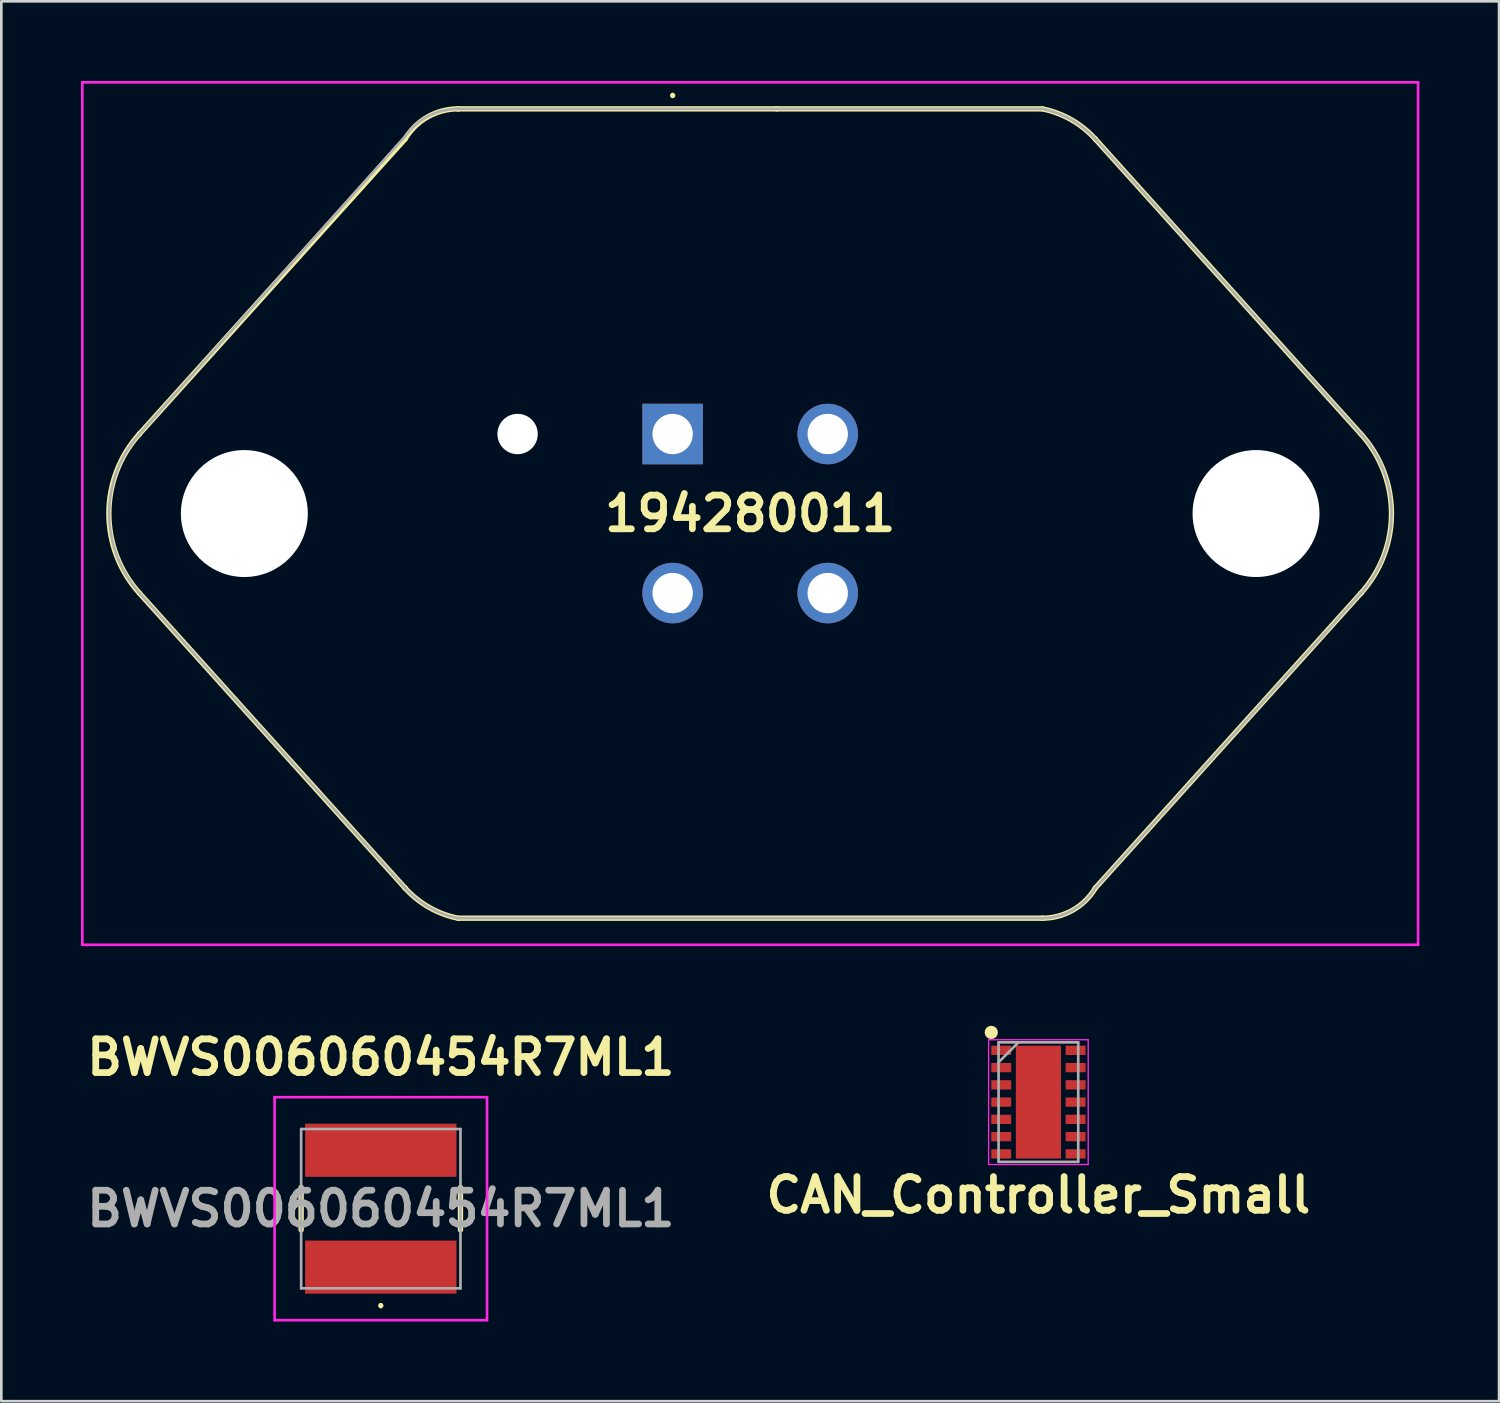
<source format=kicad_pcb>
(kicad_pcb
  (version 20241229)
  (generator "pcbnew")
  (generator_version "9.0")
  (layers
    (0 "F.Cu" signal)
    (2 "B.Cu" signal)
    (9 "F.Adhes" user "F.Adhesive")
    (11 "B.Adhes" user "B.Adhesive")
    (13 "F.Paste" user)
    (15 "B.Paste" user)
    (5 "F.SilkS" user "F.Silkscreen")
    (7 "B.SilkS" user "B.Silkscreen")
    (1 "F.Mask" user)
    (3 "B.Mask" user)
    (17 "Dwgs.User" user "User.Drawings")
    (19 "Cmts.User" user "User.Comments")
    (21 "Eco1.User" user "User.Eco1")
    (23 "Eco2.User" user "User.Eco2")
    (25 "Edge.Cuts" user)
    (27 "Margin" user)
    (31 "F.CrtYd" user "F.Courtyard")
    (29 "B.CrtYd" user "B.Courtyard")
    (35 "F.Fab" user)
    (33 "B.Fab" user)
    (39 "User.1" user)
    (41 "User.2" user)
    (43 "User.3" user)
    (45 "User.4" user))
  (footprint "CAN_Controller_Small"
    (layer "F.Cu")
    (at 36.056 38.455)
    (property "Reference" "CAN_Controller_Small" (at 0 3.5 0) (layer "F.SilkS") (effects (font (size 1.27 1.27) (thickness 0.254))))
    (attr smd)
    (fp_circle (center -1.775 -2.625) (end -1.775 -2.5) (stroke (width 0.25) (type solid)) (fill no) (layer "F.SilkS"))
    (fp_line (start -1.875 -2.35) (end 1.875 -2.35) (stroke (width 0.05) (type solid)) (layer "F.CrtYd"))
    (fp_line (start -1.875 2.35) (end -1.875 -2.35) (stroke (width 0.05) (type solid)) (layer "F.CrtYd"))
    (fp_line (start 1.875 -2.35) (end 1.875 2.35) (stroke (width 0.05) (type solid)) (layer "F.CrtYd"))
    (fp_line (start 1.875 2.35) (end -1.875 2.35) (stroke (width 0.05) (type solid)) (layer "F.CrtYd"))
    (fp_line (start -1.5 -2.25) (end 1.5 -2.25) (stroke (width 0.1) (type solid)) (layer "F.Fab"))
    (fp_line (start -1.5 -1.5) (end -0.75 -2.25) (stroke (width 0.1) (type solid)) (layer "F.Fab"))
    (fp_line (start -1.5 2.25) (end -1.5 -2.25) (stroke (width 0.1) (type solid)) (layer "F.Fab"))
    (fp_line (start 1.5 -2.25) (end 1.5 2.25) (stroke (width 0.1) (type solid)) (layer "F.Fab"))
    (fp_line (start 1.5 2.25) (end -1.5 2.25) (stroke (width 0.1) (type solid)) (layer "F.Fab"))
    (pad "1" smd rect (at -1.4 -1.95 90) (size 0.35 0.75) (layers "F.Cu" "F.Mask" "F.Paste"))
    (pad "2" smd rect (at -1.4 -1.3 90) (size 0.35 0.75) (layers "F.Cu" "F.Mask" "F.Paste"))
    (pad "3" smd rect (at -1.4 -0.65 90) (size 0.35 0.75) (layers "F.Cu" "F.Mask" "F.Paste"))
    (pad "4" smd rect (at -1.4 0 90) (size 0.35 0.75) (layers "F.Cu" "F.Mask" "F.Paste"))
    (pad "5" smd rect (at -1.4 0.65 90) (size 0.35 0.75) (layers "F.Cu" "F.Mask" "F.Paste"))
    (pad "6" smd rect (at -1.4 1.3 90) (size 0.35 0.75) (layers "F.Cu" "F.Mask" "F.Paste"))
    (pad "7" smd rect (at -1.4 1.95 90) (size 0.35 0.75) (layers "F.Cu" "F.Mask" "F.Paste"))
    (pad "8" smd rect (at 1.4 1.95 90) (size 0.35 0.75) (layers "F.Cu" "F.Mask" "F.Paste"))
    (pad "9" smd rect (at 1.4 1.3 90) (size 0.35 0.75) (layers "F.Cu" "F.Mask" "F.Paste"))
    (pad "10" smd rect (at 1.4 0.65 90) (size 0.35 0.75) (layers "F.Cu" "F.Mask" "F.Paste"))
    (pad "11" smd rect (at 1.4 0 90) (size 0.35 0.75) (layers "F.Cu" "F.Mask" "F.Paste"))
    (pad "12" smd rect (at 1.4 -0.65 90) (size 0.35 0.75) (layers "F.Cu" "F.Mask" "F.Paste"))
    (pad "13" smd rect (at 1.4 -1.3 90) (size 0.35 0.75) (layers "F.Cu" "F.Mask" "F.Paste"))
    (pad "14" smd rect (at 1.4 -1.95 90) (size 0.35 0.75) (layers "F.Cu" "F.Mask" "F.Paste"))
    (pad "15" smd rect (at 0 0) (size 1.7 4.25) (layers "F.Cu" "F.Mask" "F.Paste")))
  (footprint "194280011"
    (layer "F.Cu")
    (at 22.282 13.295)
    (property "Reference" "194280011" (at 2.92 2.995 0) (layer "F.SilkS") (effects (font (size 1.27 1.27) (thickness 0.254))))
    (attr through_hole)
    (fp_line (start -20.08 -0.005) (end -20.08 -0.005) (stroke (width 0.2) (type solid)) (layer "F.SilkS"))
    (fp_line (start -20.08 5.995) (end -10.08 17.095) (stroke (width 0.2) (type solid)) (layer "F.SilkS"))
    (fp_line (start -10.08 -11.105) (end -20.08 -0.005) (stroke (width 0.2) (type solid)) (layer "F.SilkS"))
    (fp_line (start -10.08 17.095) (end -10.08 17.095) (stroke (width 0.2) (type solid)) (layer "F.SilkS"))
    (fp_line (start -8.08 -12.245) (end -8.08 -12.245) (stroke (width 0.2) (type solid)) (layer "F.SilkS"))
    (fp_line (start -8.08 18.235) (end 13.92 18.235) (stroke (width 0.2) (type solid)) (layer "F.SilkS"))
    (fp_line (start 0 -12.8) (end 0 -12.8) (stroke (width 0.1) (type solid)) (layer "F.SilkS"))
    (fp_line (start 0 -12.7) (end 0 -12.7) (stroke (width 0.1) (type solid)) (layer "F.SilkS"))
    (fp_line (start 3.92 -12.245) (end -8.08 -12.245) (stroke (width 0.2) (type solid)) (layer "F.SilkS"))
    (fp_line (start 13.92 -12.245) (end 3.92 -12.245) (stroke (width 0.2) (type solid)) (layer "F.SilkS"))
    (fp_line (start 13.92 18.235) (end 13.92 18.235) (stroke (width 0.2) (type solid)) (layer "F.SilkS"))
    (fp_line (start 15.92 -11.105) (end 15.92 -11.105) (stroke (width 0.2) (type solid)) (layer "F.SilkS"))
    (fp_line (start 15.92 17.095) (end 25.92 5.995) (stroke (width 0.2) (type solid)) (layer "F.SilkS"))
    (fp_line (start 25.92 0) (end 15.92 -11.105) (stroke (width 0.2) (type solid)) (layer "F.SilkS"))
    (fp_line (start 25.92 5.995) (end 25.92 5.995) (stroke (width 0.2) (type solid)) (layer "F.SilkS"))
    (fp_arc (start -20.081645 5.993173) (mid -21.232064 2.993771) (end -20.08 -0.005) (stroke (width 0.2) (type solid)) (layer "F.SilkS"))
    (fp_arc (start -10.080795 -11.103767) (mid -9.231694 -11.939634) (end -8.08 -12.245) (stroke (width 0.2) (type solid)) (layer "F.SilkS"))
    (fp_arc (start -8.080136 18.235031) (mid -9.17188 17.826074) (end -10.08 17.095) (stroke (width 0.2) (type solid)) (layer "F.SilkS"))
    (fp_arc (start 0 -12.8) (mid 0.05 -12.75) (end 0 -12.7) (stroke (width 0.1) (type solid)) (layer "F.SilkS"))
    (fp_arc (start 0 -12.7) (mid -0.05 -12.75) (end 0 -12.8) (stroke (width 0.1) (type solid)) (layer "F.SilkS"))
    (fp_arc (start 13.921922 -12.24463) (mid 15.012741 -11.83573) (end 15.92 -11.105) (stroke (width 0.2) (type solid)) (layer "F.SilkS"))
    (fp_arc (start 15.920795 17.093767) (mid 15.071694 17.929634) (end 13.92 18.235) (stroke (width 0.2) (type solid)) (layer "F.SilkS"))
    (fp_arc (start 25.921398 0.001552) (mid 27.071034 2.998544) (end 25.92 5.995) (stroke (width 0.2) (type solid)) (layer "F.SilkS"))
    (fp_line (start -22.232 -13.245) (end 28.072 -13.245) (stroke (width 0.1) (type solid)) (layer "F.CrtYd"))
    (fp_line (start -22.232 19.235) (end -22.232 -13.245) (stroke (width 0.1) (type solid)) (layer "F.CrtYd"))
    (fp_line (start 28.072 -13.245) (end 28.072 19.235) (stroke (width 0.1) (type solid)) (layer "F.CrtYd"))
    (fp_line (start 28.072 19.235) (end -22.232 19.235) (stroke (width 0.1) (type solid)) (layer "F.CrtYd"))
    (fp_line (start -20.08 0) (end -20.08 0) (stroke (width 0.1) (type solid)) (layer "F.Fab"))
    (fp_line (start -20.08 5.99) (end -10.08 17.095) (stroke (width 0.1) (type solid)) (layer "F.Fab"))
    (fp_line (start -10.08 -11.205) (end -20.08 0) (stroke (width 0.1) (type solid)) (layer "F.Fab"))
    (fp_line (start -10.08 17.095) (end -10.08 17.095) (stroke (width 0.1) (type solid)) (layer "F.Fab"))
    (fp_line (start -8.08 -12.245) (end -8.08 -12.245) (stroke (width 0.1) (type solid)) (layer "F.Fab"))
    (fp_line (start -8.08 18.235) (end 13.92 18.235) (stroke (width 0.1) (type solid)) (layer "F.Fab"))
    (fp_line (start 3.92 -12.245) (end -8.08 -12.245) (stroke (width 0.1) (type solid)) (layer "F.Fab"))
    (fp_line (start 13.92 -12.245) (end 3.92 -12.245) (stroke (width 0.1) (type solid)) (layer "F.Fab"))
    (fp_line (start 13.92 18.235) (end 13.92 18.235) (stroke (width 0.1) (type solid)) (layer "F.Fab"))
    (fp_line (start 15.92 -11.105) (end 15.92 -11.105) (stroke (width 0.1) (type solid)) (layer "F.Fab"))
    (fp_line (start 15.92 17.095) (end 25.92 5.995) (stroke (width 0.1) (type solid)) (layer "F.Fab"))
    (fp_line (start 25.92 -0.005) (end 15.92 -11.105) (stroke (width 0.1) (type solid)) (layer "F.Fab"))
    (fp_line (start 25.92 5.995) (end 25.92 5.995) (stroke (width 0.1) (type solid)) (layer "F.Fab"))
    (fp_arc (start -20.079658 5.990384) (mid -21.222085 2.995257) (end -20.08 0) (stroke (width 0.1) (type solid)) (layer "F.Fab"))
    (fp_arc (start -10.07874 -11.206738) (mid -9.206161 -11.969951) (end -8.08 -12.245) (stroke (width 0.1) (type solid)) (layer "F.Fab"))
    (fp_arc (start -8.081922 18.23463) (mid -9.172741 17.82573) (end -10.08 17.095) (stroke (width 0.1) (type solid)) (layer "F.Fab"))
    (fp_arc (start 13.920136 -12.245031) (mid 15.01188 -11.836074) (end 15.92 -11.105) (stroke (width 0.1) (type solid)) (layer "F.Fab"))
    (fp_arc (start 15.920795 17.093767) (mid 15.071694 17.929634) (end 13.92 18.235) (stroke (width 0.1) (type solid)) (layer "F.Fab"))
    (fp_arc (start 25.921645 -0.003173) (mid 27.072064 2.996229) (end 25.92 5.995) (stroke (width 0.1) (type solid)) (layer "F.Fab"))
    (pad "" np_thru_hole circle (at -16.13 2.995) (size 4.78 4.78) (drill 4.78) (layers "*.Cu" "*.Mask"))
    (pad "" np_thru_hole circle (at -5.84 0) (size 1.52 1.52) (drill 1.52) (layers "*.Cu" "*.Mask"))
    (pad "" np_thru_hole circle (at 21.97 2.995) (size 4.78 4.78) (drill 4.78) (layers "*.Cu" "*.Mask"))
    (pad "1" thru_hole rect (at 0 0) (size 2.28 2.28) (drill 1.52) (layers "*.Cu" "*.Mask"))
    (pad "2" thru_hole circle (at 5.84 0) (size 2.28 2.28) (drill 1.52) (layers "*.Cu" "*.Mask"))
    (pad "3" thru_hole circle (at 0 5.99) (size 2.28 2.28) (drill 1.52) (layers "*.Cu" "*.Mask"))
    (pad "4" thru_hole circle (at 5.84 5.99) (size 2.28 2.28) (drill 1.52) (layers "*.Cu" "*.Mask")))
  (footprint "BWVS006060454R7ML1"
    (layer "F.Cu")
    (at 11.291 42.469)
    (property "Reference" "BWVS006060454R7ML1" (at 0 -5.7 0) (layer "F.SilkS") (effects (font (size 1.27 1.27) (thickness 0.254))))
    (attr smd)
    (fp_line (start -3 -0.8) (end -3 0.8) (stroke (width 0.2) (type solid)) (layer "F.SilkS"))
    (fp_line (start 0 3.6) (end 0 3.6) (stroke (width 0.1) (type solid)) (layer "F.SilkS"))
    (fp_line (start 0 3.7) (end 0 3.7) (stroke (width 0.1) (type solid)) (layer "F.SilkS"))
    (fp_line (start 3 -0.8) (end 3 0.8) (stroke (width 0.2) (type solid)) (layer "F.SilkS"))
    (fp_arc (start 0 3.6) (mid 0.05 3.65) (end 0 3.7) (stroke (width 0.1) (type solid)) (layer "F.SilkS"))
    (fp_arc (start 0 3.7) (mid -0.05 3.65) (end 0 3.6) (stroke (width 0.1) (type solid)) (layer "F.SilkS"))
    (fp_line (start -4 -4.2) (end 4 -4.2) (stroke (width 0.1) (type solid)) (layer "F.CrtYd"))
    (fp_line (start -4 4.2) (end -4 -4.2) (stroke (width 0.1) (type solid)) (layer "F.CrtYd"))
    (fp_line (start 4 -4.2) (end 4 4.2) (stroke (width 0.1) (type solid)) (layer "F.CrtYd"))
    (fp_line (start 4 4.2) (end -4 4.2) (stroke (width 0.1) (type solid)) (layer "F.CrtYd"))
    (fp_line (start -3 -3) (end -3 3) (stroke (width 0.1) (type solid)) (layer "F.Fab"))
    (fp_line (start -3 3) (end 3 3) (stroke (width 0.1) (type solid)) (layer "F.Fab"))
    (fp_line (start 3 -3) (end -3 -3) (stroke (width 0.1) (type solid)) (layer "F.Fab"))
    (fp_line (start 3 3) (end 3 -3) (stroke (width 0.1) (type solid)) (layer "F.Fab"))
    (fp_text user "${REFERENCE}" (at 0 0 0) (layer "F.Fab") (effects (font (size 1.27 1.27) (thickness 0.254))))
    (pad "1" smd rect (at 0 2.2 90) (size 2 5.7) (layers "F.Cu" "F.Mask" "F.Paste"))
    (pad "2" smd rect (at 0 -2.2 90) (size 2 5.7) (layers "F.Cu" "F.Mask" "F.Paste")))
  (gr_rect
    (start -3 -3)
    (end 53.404 49.719)
    (stroke (width 0.1) (type default))
    (fill no)
    (layer "Edge.Cuts")))
</source>
